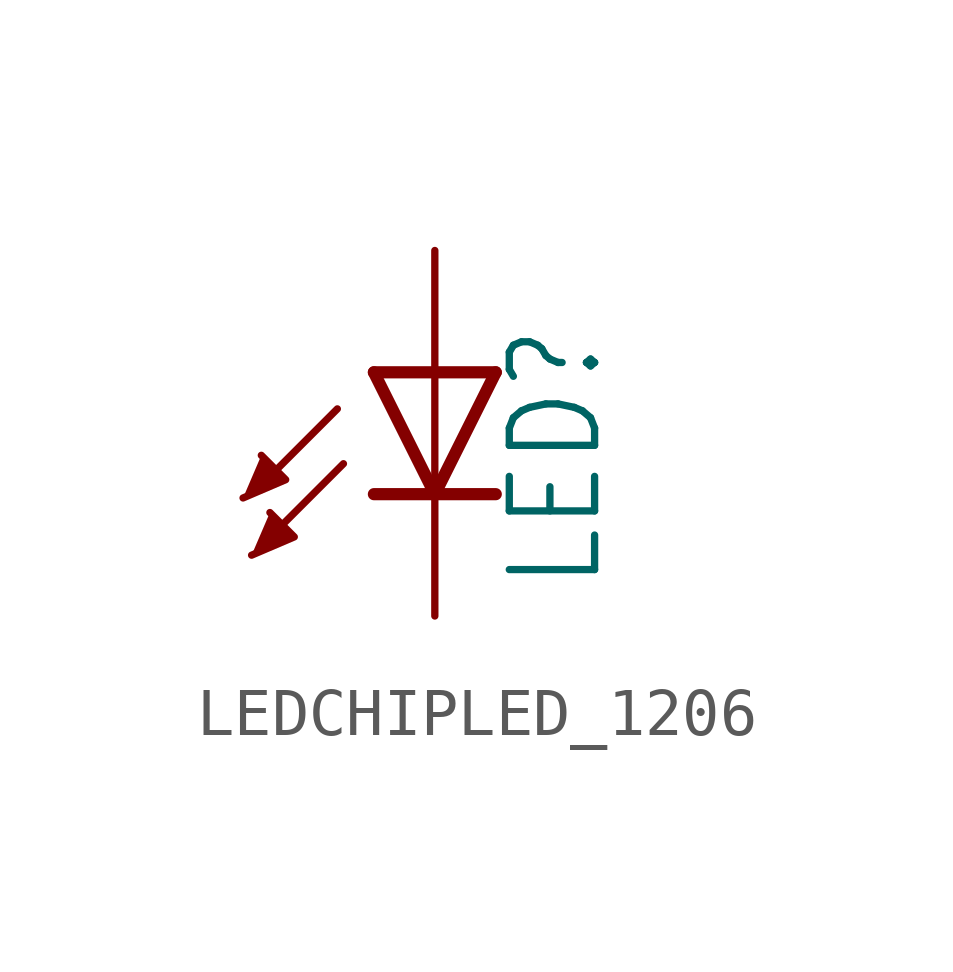
<source format=kicad_sym>
(kicad_symbol_lib
  (version 20241209)
  (generator "kicad_symbol_editor")
  (generator_version "9.0")
  (symbol "LEDCHIPLED_1206"
    (property "Reference" "LED"
      (at 3.556 -4.572 90)
      (effects (font (size 1.778 1.511)) (justify left bottom)))
    (property "Value" ""
      (at 5.715 -4.572 90)
      (effects (font (size 1.778 1.511)) (justify left bottom)))
    (symbol "LEDCHIPLED_1206_1_0"
      (polyline (pts (xy -3.998 -2.619) (xy -3.109 -2.238) (xy -3.617 -1.73)) (stroke (width 0.152) (type solid)) (fill (type outline)))
      (polyline (pts (xy -3.82 -3.812) (xy -2.93 -3.431) (xy -3.438 -2.923)) (stroke (width 0.152) (type solid)) (fill (type outline)))
      (polyline (pts (xy -2.032 -0.762) (xy -3.429 -2.159)) (stroke (width 0.152) (type solid)) (fill (type none)))
      (polyline (pts (xy -1.905 -1.905) (xy -3.302 -3.302)) (stroke (width 0.152) (type solid)) (fill (type none)))
      (polyline (pts (xy 0 0) (xy -1.27 0)) (stroke (width 0.254) (type solid)) (fill (type none)))
      (polyline (pts (xy 0 0) (xy 0 -2.54)) (stroke (width 0.152) (type solid)) (fill (type none)))
      (polyline (pts (xy 0 -2.54) (xy -1.27 0)) (stroke (width 0.254) (type solid)) (fill (type none)))
      (polyline (pts (xy 0 -2.54) (xy -1.27 -2.54)) (stroke (width 0.254) (type solid)) (fill (type none)))
      (polyline (pts (xy 1.27 0) (xy 0 0)) (stroke (width 0.254) (type solid)) (fill (type none)))
      (polyline (pts (xy 1.27 0) (xy 0 -2.54)) (stroke (width 0.254) (type solid)) (fill (type none)))
      (polyline (pts (xy 1.27 -2.54) (xy 0 -2.54)) (stroke (width 0.254) (type solid)) (fill (type none)))
      (pin passive line (at 0 2.54 270) (length 2.54) (name "A" (effects (font (size 0 0)))) (number "A" (effects (font (size 0 0)))))
      (pin passive line (at 0 -5.08 90) (length 2.54) (name "C" (effects (font (size 0 0)))) (number "C" (effects (font (size 0 0))))))))
</source>
